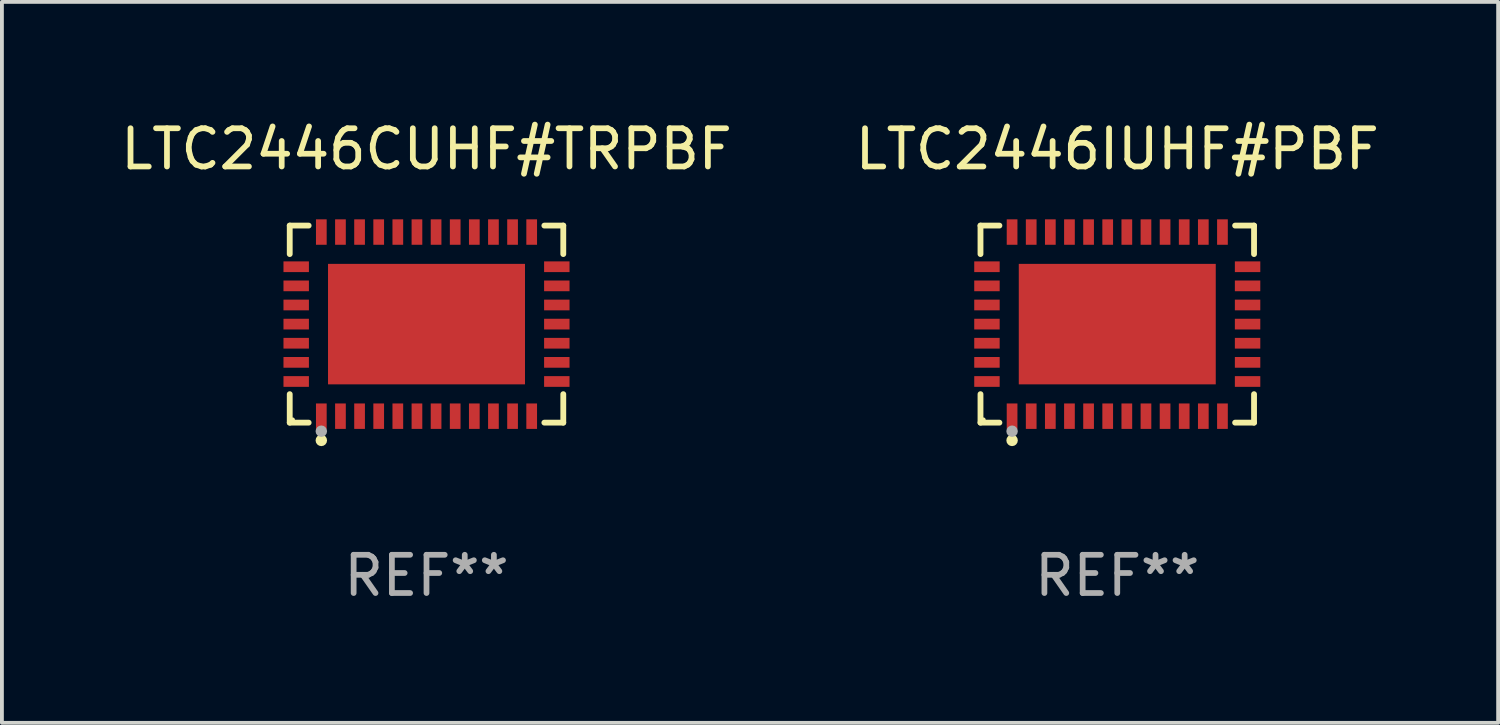
<source format=kicad_pcb>
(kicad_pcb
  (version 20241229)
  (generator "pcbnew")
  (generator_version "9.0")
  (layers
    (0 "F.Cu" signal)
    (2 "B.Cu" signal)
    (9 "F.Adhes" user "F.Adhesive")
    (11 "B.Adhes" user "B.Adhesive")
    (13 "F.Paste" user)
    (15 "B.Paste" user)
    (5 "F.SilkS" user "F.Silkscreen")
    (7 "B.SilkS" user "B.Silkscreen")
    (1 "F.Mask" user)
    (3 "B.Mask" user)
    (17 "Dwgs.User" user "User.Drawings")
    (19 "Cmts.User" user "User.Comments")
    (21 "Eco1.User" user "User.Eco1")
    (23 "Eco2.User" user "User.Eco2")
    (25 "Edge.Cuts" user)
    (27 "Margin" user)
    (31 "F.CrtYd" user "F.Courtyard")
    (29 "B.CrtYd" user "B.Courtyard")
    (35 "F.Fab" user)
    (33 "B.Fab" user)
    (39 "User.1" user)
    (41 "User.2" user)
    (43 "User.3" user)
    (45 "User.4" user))
  (footprint "LTC2446IUHF#PBF"
    (layer "F.Cu")
    (at 26.161 5.424)
    (property "Reference" "LTC2446IUHF#PBF" (at 0 -4.576 0) (layer "F.SilkS") (effects (font (size 1 1) (thickness 0.15))))
    (attr through_hole)
    (fp_line (start -3.576 -2.576) (end -3.081 -2.576) (stroke (width 0.152) (type solid)) (layer "F.SilkS"))
    (fp_line (start -3.576 -1.831) (end -3.576 -2.576) (stroke (width 0.152) (type solid)) (layer "F.SilkS"))
    (fp_line (start -3.576 1.831) (end -3.576 2.576) (stroke (width 0.152) (type solid)) (layer "F.SilkS"))
    (fp_line (start -3.576 2.576) (end -3.081 2.576) (stroke (width 0.152) (type solid)) (layer "F.SilkS"))
    (fp_line (start 3.576 -2.576) (end 3.081 -2.576) (stroke (width 0.152) (type solid)) (layer "F.SilkS"))
    (fp_line (start 3.576 -1.831) (end 3.576 -2.576) (stroke (width 0.152) (type solid)) (layer "F.SilkS"))
    (fp_line (start 3.576 1.831) (end 3.576 2.576) (stroke (width 0.152) (type solid)) (layer "F.SilkS"))
    (fp_line (start 3.576 2.576) (end 3.081 2.576) (stroke (width 0.152) (type solid)) (layer "F.SilkS"))
    (fp_circle (center -3.5 2.5) (end -3.47 2.5) (stroke (width 0.06) (type solid)) (fill no) (layer "F.SilkS"))
    (fp_circle (center -2.75 3.04) (end -2.675 3.04) (stroke (width 0.15) (type solid)) (fill no) (layer "F.SilkS"))
    (fp_circle (center -2.75 2.8) (end -2.675 2.8) (stroke (width 0.15) (type solid)) (fill no) (layer "F.Fab"))
    (fp_text user "REF**" (at 0 6.576 0) (layer "F.Fab") (effects (font (size 1 1) (thickness 0.15))))
    (pad "1" smd rect (at -2.75 2.407) (size 0.28 0.665) (layers "F.Cu" "F.Mask" "F.Paste"))
    (pad "2" smd rect (at -2.25 2.407) (size 0.28 0.665) (layers "F.Cu" "F.Mask" "F.Paste"))
    (pad "3" smd rect (at -1.75 2.407) (size 0.28 0.665) (layers "F.Cu" "F.Mask" "F.Paste"))
    (pad "4" smd rect (at -1.25 2.407) (size 0.28 0.665) (layers "F.Cu" "F.Mask" "F.Paste"))
    (pad "5" smd rect (at -0.75 2.407) (size 0.28 0.665) (layers "F.Cu" "F.Mask" "F.Paste"))
    (pad "6" smd rect (at -0.25 2.407) (size 0.28 0.665) (layers "F.Cu" "F.Mask" "F.Paste"))
    (pad "7" smd rect (at 0.25 2.407) (size 0.28 0.665) (layers "F.Cu" "F.Mask" "F.Paste"))
    (pad "8" smd rect (at 0.75 2.407) (size 0.28 0.665) (layers "F.Cu" "F.Mask" "F.Paste"))
    (pad "9" smd rect (at 1.25 2.407) (size 0.28 0.665) (layers "F.Cu" "F.Mask" "F.Paste"))
    (pad "10" smd rect (at 1.75 2.407) (size 0.28 0.665) (layers "F.Cu" "F.Mask" "F.Paste"))
    (pad "11" smd rect (at 2.25 2.407) (size 0.28 0.665) (layers "F.Cu" "F.Mask" "F.Paste"))
    (pad "12" smd rect (at 2.75 2.407) (size 0.28 0.665) (layers "F.Cu" "F.Mask" "F.Paste"))
    (pad "13" smd rect (at 3.407 1.5) (size 0.665 0.28) (layers "F.Cu" "F.Mask" "F.Paste"))
    (pad "14" smd rect (at 3.407 1) (size 0.665 0.28) (layers "F.Cu" "F.Mask" "F.Paste"))
    (pad "15" smd rect (at 3.407 0.5) (size 0.665 0.28) (layers "F.Cu" "F.Mask" "F.Paste"))
    (pad "16" smd rect (at 3.407 0) (size 0.665 0.28) (layers "F.Cu" "F.Mask" "F.Paste"))
    (pad "17" smd rect (at 3.407 -0.5) (size 0.665 0.28) (layers "F.Cu" "F.Mask" "F.Paste"))
    (pad "18" smd rect (at 3.407 -1) (size 0.665 0.28) (layers "F.Cu" "F.Mask" "F.Paste"))
    (pad "19" smd rect (at 3.407 -1.5) (size 0.665 0.28) (layers "F.Cu" "F.Mask" "F.Paste"))
    (pad "20" smd rect (at 2.75 -2.407) (size 0.28 0.665) (layers "F.Cu" "F.Mask" "F.Paste"))
    (pad "21" smd rect (at 2.25 -2.407) (size 0.28 0.665) (layers "F.Cu" "F.Mask" "F.Paste"))
    (pad "22" smd rect (at 1.75 -2.407) (size 0.28 0.665) (layers "F.Cu" "F.Mask" "F.Paste"))
    (pad "23" smd rect (at 1.25 -2.407) (size 0.28 0.665) (layers "F.Cu" "F.Mask" "F.Paste"))
    (pad "24" smd rect (at 0.75 -2.407) (size 0.28 0.665) (layers "F.Cu" "F.Mask" "F.Paste"))
    (pad "25" smd rect (at 0.25 -2.407) (size 0.28 0.665) (layers "F.Cu" "F.Mask" "F.Paste"))
    (pad "26" smd rect (at -0.25 -2.407) (size 0.28 0.665) (layers "F.Cu" "F.Mask" "F.Paste"))
    (pad "27" smd rect (at -0.75 -2.407) (size 0.28 0.665) (layers "F.Cu" "F.Mask" "F.Paste"))
    (pad "28" smd rect (at -1.25 -2.407) (size 0.28 0.665) (layers "F.Cu" "F.Mask" "F.Paste"))
    (pad "29" smd rect (at -1.75 -2.407) (size 0.28 0.665) (layers "F.Cu" "F.Mask" "F.Paste"))
    (pad "30" smd rect (at -2.25 -2.407) (size 0.28 0.665) (layers "F.Cu" "F.Mask" "F.Paste"))
    (pad "31" smd rect (at -2.75 -2.407) (size 0.28 0.665) (layers "F.Cu" "F.Mask" "F.Paste"))
    (pad "32" smd rect (at -3.407 -1.5) (size 0.665 0.28) (layers "F.Cu" "F.Mask" "F.Paste"))
    (pad "33" smd rect (at -3.407 -1) (size 0.665 0.28) (layers "F.Cu" "F.Mask" "F.Paste"))
    (pad "34" smd rect (at -3.407 -0.5) (size 0.665 0.28) (layers "F.Cu" "F.Mask" "F.Paste"))
    (pad "35" smd rect (at -3.407 0) (size 0.665 0.28) (layers "F.Cu" "F.Mask" "F.Paste"))
    (pad "36" smd rect (at -3.407 0.5) (size 0.665 0.28) (layers "F.Cu" "F.Mask" "F.Paste"))
    (pad "37" smd rect (at -3.407 1) (size 0.665 0.28) (layers "F.Cu" "F.Mask" "F.Paste"))
    (pad "38" smd rect (at -3.407 1.5) (size 0.665 0.28) (layers "F.Cu" "F.Mask" "F.Paste"))
    (pad "39" smd rect (at 0 0) (size 5.15 3.15) (layers "F.Cu" "F.Mask" "F.Paste")))
  (footprint "LTC2446CUHF#TRPBF"
    (layer "F.Cu")
    (at 8.101 5.424)
    (property "Reference" "LTC2446CUHF#TRPBF" (at 0 -4.576 0) (layer "F.SilkS") (effects (font (size 1 1) (thickness 0.15))))
    (attr through_hole)
    (fp_line (start -3.576 -2.576) (end -3.081 -2.576) (stroke (width 0.152) (type solid)) (layer "F.SilkS"))
    (fp_line (start -3.576 -1.831) (end -3.576 -2.576) (stroke (width 0.152) (type solid)) (layer "F.SilkS"))
    (fp_line (start -3.576 1.831) (end -3.576 2.576) (stroke (width 0.152) (type solid)) (layer "F.SilkS"))
    (fp_line (start -3.576 2.576) (end -3.081 2.576) (stroke (width 0.152) (type solid)) (layer "F.SilkS"))
    (fp_line (start 3.576 -2.576) (end 3.081 -2.576) (stroke (width 0.152) (type solid)) (layer "F.SilkS"))
    (fp_line (start 3.576 -1.831) (end 3.576 -2.576) (stroke (width 0.152) (type solid)) (layer "F.SilkS"))
    (fp_line (start 3.576 1.831) (end 3.576 2.576) (stroke (width 0.152) (type solid)) (layer "F.SilkS"))
    (fp_line (start 3.576 2.576) (end 3.081 2.576) (stroke (width 0.152) (type solid)) (layer "F.SilkS"))
    (fp_circle (center -3.5 2.5) (end -3.47 2.5) (stroke (width 0.06) (type solid)) (fill no) (layer "F.SilkS"))
    (fp_circle (center -2.75 3.04) (end -2.675 3.04) (stroke (width 0.15) (type solid)) (fill no) (layer "F.SilkS"))
    (fp_circle (center -2.75 2.8) (end -2.675 2.8) (stroke (width 0.15) (type solid)) (fill no) (layer "F.Fab"))
    (fp_text user "REF**" (at 0 6.576 0) (layer "F.Fab") (effects (font (size 1 1) (thickness 0.15))))
    (pad "1" smd rect (at -2.75 2.407) (size 0.28 0.665) (layers "F.Cu" "F.Mask" "F.Paste"))
    (pad "2" smd rect (at -2.25 2.407) (size 0.28 0.665) (layers "F.Cu" "F.Mask" "F.Paste"))
    (pad "3" smd rect (at -1.75 2.407) (size 0.28 0.665) (layers "F.Cu" "F.Mask" "F.Paste"))
    (pad "4" smd rect (at -1.25 2.407) (size 0.28 0.665) (layers "F.Cu" "F.Mask" "F.Paste"))
    (pad "5" smd rect (at -0.75 2.407) (size 0.28 0.665) (layers "F.Cu" "F.Mask" "F.Paste"))
    (pad "6" smd rect (at -0.25 2.407) (size 0.28 0.665) (layers "F.Cu" "F.Mask" "F.Paste"))
    (pad "7" smd rect (at 0.25 2.407) (size 0.28 0.665) (layers "F.Cu" "F.Mask" "F.Paste"))
    (pad "8" smd rect (at 0.75 2.407) (size 0.28 0.665) (layers "F.Cu" "F.Mask" "F.Paste"))
    (pad "9" smd rect (at 1.25 2.407) (size 0.28 0.665) (layers "F.Cu" "F.Mask" "F.Paste"))
    (pad "10" smd rect (at 1.75 2.407) (size 0.28 0.665) (layers "F.Cu" "F.Mask" "F.Paste"))
    (pad "11" smd rect (at 2.25 2.407) (size 0.28 0.665) (layers "F.Cu" "F.Mask" "F.Paste"))
    (pad "12" smd rect (at 2.75 2.407) (size 0.28 0.665) (layers "F.Cu" "F.Mask" "F.Paste"))
    (pad "13" smd rect (at 3.407 1.5) (size 0.665 0.28) (layers "F.Cu" "F.Mask" "F.Paste"))
    (pad "14" smd rect (at 3.407 1) (size 0.665 0.28) (layers "F.Cu" "F.Mask" "F.Paste"))
    (pad "15" smd rect (at 3.407 0.5) (size 0.665 0.28) (layers "F.Cu" "F.Mask" "F.Paste"))
    (pad "16" smd rect (at 3.407 0) (size 0.665 0.28) (layers "F.Cu" "F.Mask" "F.Paste"))
    (pad "17" smd rect (at 3.407 -0.5) (size 0.665 0.28) (layers "F.Cu" "F.Mask" "F.Paste"))
    (pad "18" smd rect (at 3.407 -1) (size 0.665 0.28) (layers "F.Cu" "F.Mask" "F.Paste"))
    (pad "19" smd rect (at 3.407 -1.5) (size 0.665 0.28) (layers "F.Cu" "F.Mask" "F.Paste"))
    (pad "20" smd rect (at 2.75 -2.407) (size 0.28 0.665) (layers "F.Cu" "F.Mask" "F.Paste"))
    (pad "21" smd rect (at 2.25 -2.407) (size 0.28 0.665) (layers "F.Cu" "F.Mask" "F.Paste"))
    (pad "22" smd rect (at 1.75 -2.407) (size 0.28 0.665) (layers "F.Cu" "F.Mask" "F.Paste"))
    (pad "23" smd rect (at 1.25 -2.407) (size 0.28 0.665) (layers "F.Cu" "F.Mask" "F.Paste"))
    (pad "24" smd rect (at 0.75 -2.407) (size 0.28 0.665) (layers "F.Cu" "F.Mask" "F.Paste"))
    (pad "25" smd rect (at 0.25 -2.407) (size 0.28 0.665) (layers "F.Cu" "F.Mask" "F.Paste"))
    (pad "26" smd rect (at -0.25 -2.407) (size 0.28 0.665) (layers "F.Cu" "F.Mask" "F.Paste"))
    (pad "27" smd rect (at -0.75 -2.407) (size 0.28 0.665) (layers "F.Cu" "F.Mask" "F.Paste"))
    (pad "28" smd rect (at -1.25 -2.407) (size 0.28 0.665) (layers "F.Cu" "F.Mask" "F.Paste"))
    (pad "29" smd rect (at -1.75 -2.407) (size 0.28 0.665) (layers "F.Cu" "F.Mask" "F.Paste"))
    (pad "30" smd rect (at -2.25 -2.407) (size 0.28 0.665) (layers "F.Cu" "F.Mask" "F.Paste"))
    (pad "31" smd rect (at -2.75 -2.407) (size 0.28 0.665) (layers "F.Cu" "F.Mask" "F.Paste"))
    (pad "32" smd rect (at -3.407 -1.5) (size 0.665 0.28) (layers "F.Cu" "F.Mask" "F.Paste"))
    (pad "33" smd rect (at -3.407 -1) (size 0.665 0.28) (layers "F.Cu" "F.Mask" "F.Paste"))
    (pad "34" smd rect (at -3.407 -0.5) (size 0.665 0.28) (layers "F.Cu" "F.Mask" "F.Paste"))
    (pad "35" smd rect (at -3.407 0) (size 0.665 0.28) (layers "F.Cu" "F.Mask" "F.Paste"))
    (pad "36" smd rect (at -3.407 0.5) (size 0.665 0.28) (layers "F.Cu" "F.Mask" "F.Paste"))
    (pad "37" smd rect (at -3.407 1) (size 0.665 0.28) (layers "F.Cu" "F.Mask" "F.Paste"))
    (pad "38" smd rect (at -3.407 1.5) (size 0.665 0.28) (layers "F.Cu" "F.Mask" "F.Paste"))
    (pad "39" smd rect (at 0 0) (size 5.15 3.15) (layers "F.Cu" "F.Mask" "F.Paste")))
  (gr_rect
    (start -3 -3)
    (end 36.119 15.849)
    (stroke (width 0.1) (type default))
    (fill no)
    (layer "Edge.Cuts")))
</source>
